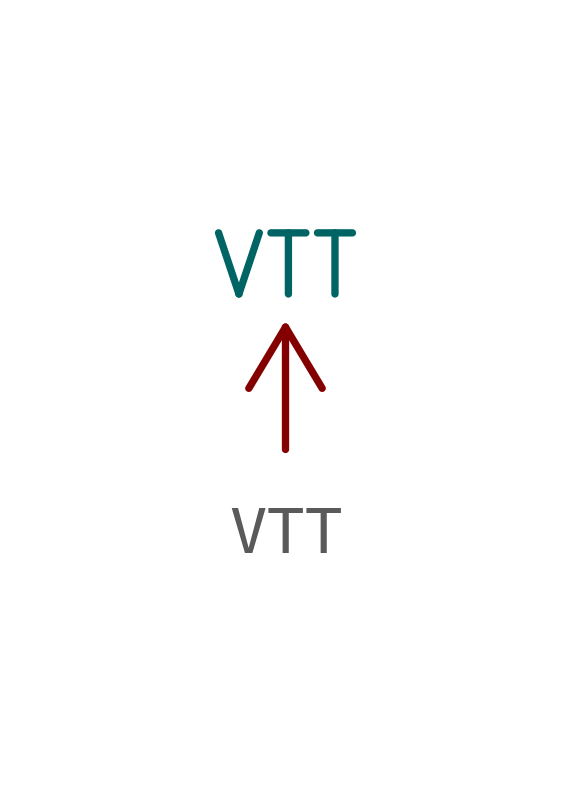
<source format=kicad_sym>
(kicad_symbol_lib
  (version 20211014)
  (generator kicad_symbol_editor)
  (symbol "VTT"
    (power)
    (pin_names
      (offset 0))
    (property "Reference" "#PWR"
      (at 0 -3.81 0)
      (effects (font (size 1.27 1.27)) hide))
    (property "Value" "VTT"
      (at 0 3.81 0)
      (effects (font (size 1.27 1.27))))
    (symbol "VTT_0_1"
      (polyline (pts (xy -0.762 1.27) (xy 0 2.54)) (stroke (width 0) (type default) (color 0 0 0 0)) (fill (type none)))
      (polyline (pts (xy 0 0) (xy 0 2.54)) (stroke (width 0) (type default) (color 0 0 0 0)) (fill (type none)))
      (polyline (pts (xy 0 2.54) (xy 0.762 1.27)) (stroke (width 0) (type default) (color 0 0 0 0)) (fill (type none))))
    (symbol "VTT_1_1"
      (pin power_in line (at 0 0 90) (length 0) hide (name "VTT" (effects (font (size 1.27 1.27)))) (number "1" (effects (font (size 1.27 1.27))))))))
</source>
